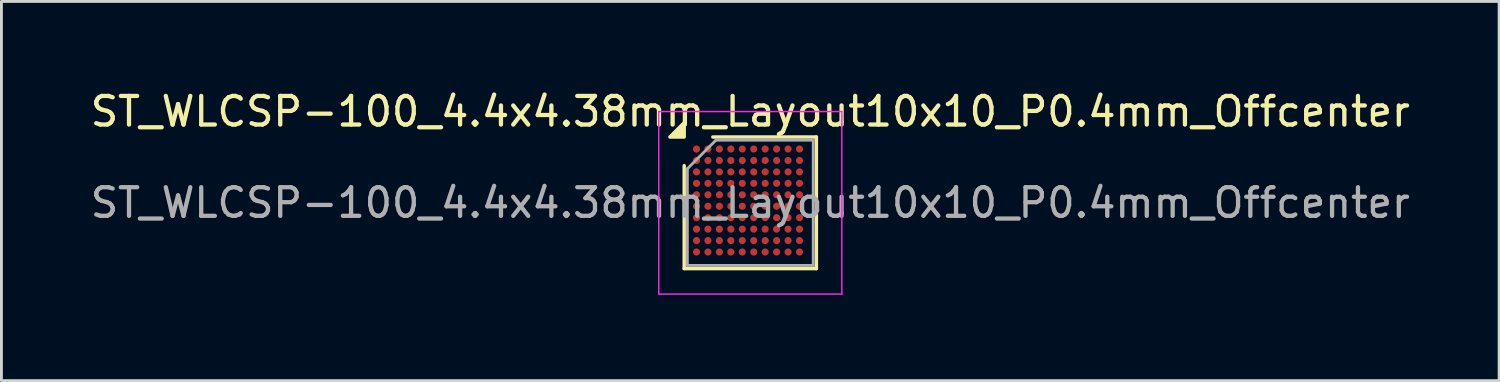
<source format=kicad_pcb>
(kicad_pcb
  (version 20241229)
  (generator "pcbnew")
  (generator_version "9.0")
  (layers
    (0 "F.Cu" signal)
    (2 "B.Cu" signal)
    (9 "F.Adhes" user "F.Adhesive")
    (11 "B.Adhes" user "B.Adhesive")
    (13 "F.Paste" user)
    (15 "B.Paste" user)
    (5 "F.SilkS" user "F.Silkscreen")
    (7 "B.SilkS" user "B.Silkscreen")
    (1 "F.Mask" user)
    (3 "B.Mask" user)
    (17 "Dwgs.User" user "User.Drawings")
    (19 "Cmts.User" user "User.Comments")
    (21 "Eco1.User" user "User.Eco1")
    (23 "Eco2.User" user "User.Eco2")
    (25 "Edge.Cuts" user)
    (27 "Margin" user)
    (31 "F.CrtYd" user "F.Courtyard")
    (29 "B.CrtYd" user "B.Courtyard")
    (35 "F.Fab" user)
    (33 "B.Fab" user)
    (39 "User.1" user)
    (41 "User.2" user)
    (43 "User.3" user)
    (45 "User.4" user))
  (footprint "ST_WLCSP-100_4.4x4.38mm_Layout10x10_P0.4mm_Offcenter"
    (layer "F.Cu")
    (at 23.173 4.038)
    (property "Reference" "ST_WLCSP-100_4.4x4.38mm_Layout10x10_P0.4mm_Offcenter" (at 0 -3.19 0) (layer "F.SilkS") (effects (font (size 1 1) (thickness 0.15))))
    (attr smd)
    (fp_line (start -2.31 2.3) (end -2.31 -1.3) (stroke (width 0.12) (type solid)) (layer "F.SilkS"))
    (fp_line (start -1.31 -2.3) (end 2.31 -2.3) (stroke (width 0.12) (type solid)) (layer "F.SilkS"))
    (fp_line (start 2.31 -2.3) (end 2.31 2.3) (stroke (width 0.12) (type solid)) (layer "F.SilkS"))
    (fp_line (start 2.31 2.3) (end -2.31 2.3) (stroke (width 0.12) (type solid)) (layer "F.SilkS"))
    (fp_poly (pts (xy -2.31 -2.3) (xy -2.81 -2.3) (xy -2.31 -2.8) (xy -2.31 -2.3)) (stroke (width 0.12) (type solid)) (fill yes) (layer "F.SilkS"))
    (fp_line (start -3.2 -3.19) (end -3.2 3.19) (stroke (width 0.05) (type solid)) (layer "F.CrtYd"))
    (fp_line (start -3.2 3.19) (end 3.2 3.19) (stroke (width 0.05) (type solid)) (layer "F.CrtYd"))
    (fp_line (start 3.2 -3.19) (end -3.2 -3.19) (stroke (width 0.05) (type solid)) (layer "F.CrtYd"))
    (fp_line (start 3.2 3.19) (end 3.2 -3.19) (stroke (width 0.05) (type solid)) (layer "F.CrtYd"))
    (fp_line (start -2.2 -1.19) (end -1.2 -2.19) (stroke (width 0.1) (type solid)) (layer "F.Fab"))
    (fp_line (start -2.2 2.19) (end -2.2 -1.19) (stroke (width 0.1) (type solid)) (layer "F.Fab"))
    (fp_line (start -1.2 -2.19) (end 2.2 -2.19) (stroke (width 0.1) (type solid)) (layer "F.Fab"))
    (fp_line (start 2.2 -2.19) (end 2.2 2.19) (stroke (width 0.1) (type solid)) (layer "F.Fab"))
    (fp_line (start 2.2 2.19) (end -2.2 2.19) (stroke (width 0.1) (type solid)) (layer "F.Fab"))
    (fp_text user "${REFERENCE}" (at 0 0 0) (layer "F.Fab") (effects (font (size 1 1) (thickness 0.15))))
    (pad "A1" smd circle (at -1.88 -1.88) (size 0.25 0.25) (property pad_prop_bga) (layers "F.Cu" "F.Mask" "F.Paste"))
    (pad "A2" smd circle (at -1.48 -1.88) (size 0.25 0.25) (property pad_prop_bga) (layers "F.Cu" "F.Mask" "F.Paste"))
    (pad "A3" smd circle (at -1.08 -1.88) (size 0.25 0.25) (property pad_prop_bga) (layers "F.Cu" "F.Mask" "F.Paste"))
    (pad "A4" smd circle (at -0.68 -1.88) (size 0.25 0.25) (property pad_prop_bga) (layers "F.Cu" "F.Mask" "F.Paste"))
    (pad "A5" smd circle (at -0.28 -1.88) (size 0.25 0.25) (property pad_prop_bga) (layers "F.Cu" "F.Mask" "F.Paste"))
    (pad "A6" smd circle (at 0.12 -1.88) (size 0.25 0.25) (property pad_prop_bga) (layers "F.Cu" "F.Mask" "F.Paste"))
    (pad "A7" smd circle (at 0.52 -1.88) (size 0.25 0.25) (property pad_prop_bga) (layers "F.Cu" "F.Mask" "F.Paste"))
    (pad "A8" smd circle (at 0.92 -1.88) (size 0.25 0.25) (property pad_prop_bga) (layers "F.Cu" "F.Mask" "F.Paste"))
    (pad "A9" smd circle (at 1.32 -1.88) (size 0.25 0.25) (property pad_prop_bga) (layers "F.Cu" "F.Mask" "F.Paste"))
    (pad "A10" smd circle (at 1.72 -1.88) (size 0.25 0.25) (property pad_prop_bga) (layers "F.Cu" "F.Mask" "F.Paste"))
    (pad "B1" smd circle (at -1.88 -1.48) (size 0.25 0.25) (property pad_prop_bga) (layers "F.Cu" "F.Mask" "F.Paste"))
    (pad "B2" smd circle (at -1.48 -1.48) (size 0.25 0.25) (property pad_prop_bga) (layers "F.Cu" "F.Mask" "F.Paste"))
    (pad "B3" smd circle (at -1.08 -1.48) (size 0.25 0.25) (property pad_prop_bga) (layers "F.Cu" "F.Mask" "F.Paste"))
    (pad "B4" smd circle (at -0.68 -1.48) (size 0.25 0.25) (property pad_prop_bga) (layers "F.Cu" "F.Mask" "F.Paste"))
    (pad "B5" smd circle (at -0.28 -1.48) (size 0.25 0.25) (property pad_prop_bga) (layers "F.Cu" "F.Mask" "F.Paste"))
    (pad "B6" smd circle (at 0.12 -1.48) (size 0.25 0.25) (property pad_prop_bga) (layers "F.Cu" "F.Mask" "F.Paste"))
    (pad "B7" smd circle (at 0.52 -1.48) (size 0.25 0.25) (property pad_prop_bga) (layers "F.Cu" "F.Mask" "F.Paste"))
    (pad "B8" smd circle (at 0.92 -1.48) (size 0.25 0.25) (property pad_prop_bga) (layers "F.Cu" "F.Mask" "F.Paste"))
    (pad "B9" smd circle (at 1.32 -1.48) (size 0.25 0.25) (property pad_prop_bga) (layers "F.Cu" "F.Mask" "F.Paste"))
    (pad "B10" smd circle (at 1.72 -1.48) (size 0.25 0.25) (property pad_prop_bga) (layers "F.Cu" "F.Mask" "F.Paste"))
    (pad "C1" smd circle (at -1.88 -1.08) (size 0.25 0.25) (property pad_prop_bga) (layers "F.Cu" "F.Mask" "F.Paste"))
    (pad "C2" smd circle (at -1.48 -1.08) (size 0.25 0.25) (property pad_prop_bga) (layers "F.Cu" "F.Mask" "F.Paste"))
    (pad "C3" smd circle (at -1.08 -1.08) (size 0.25 0.25) (property pad_prop_bga) (layers "F.Cu" "F.Mask" "F.Paste"))
    (pad "C4" smd circle (at -0.68 -1.08) (size 0.25 0.25) (property pad_prop_bga) (layers "F.Cu" "F.Mask" "F.Paste"))
    (pad "C5" smd circle (at -0.28 -1.08) (size 0.25 0.25) (property pad_prop_bga) (layers "F.Cu" "F.Mask" "F.Paste"))
    (pad "C6" smd circle (at 0.12 -1.08) (size 0.25 0.25) (property pad_prop_bga) (layers "F.Cu" "F.Mask" "F.Paste"))
    (pad "C7" smd circle (at 0.52 -1.08) (size 0.25 0.25) (property pad_prop_bga) (layers "F.Cu" "F.Mask" "F.Paste"))
    (pad "C8" smd circle (at 0.92 -1.08) (size 0.25 0.25) (property pad_prop_bga) (layers "F.Cu" "F.Mask" "F.Paste"))
    (pad "C9" smd circle (at 1.32 -1.08) (size 0.25 0.25) (property pad_prop_bga) (layers "F.Cu" "F.Mask" "F.Paste"))
    (pad "C10" smd circle (at 1.72 -1.08) (size 0.25 0.25) (property pad_prop_bga) (layers "F.Cu" "F.Mask" "F.Paste"))
    (pad "D1" smd circle (at -1.88 -0.68) (size 0.25 0.25) (property pad_prop_bga) (layers "F.Cu" "F.Mask" "F.Paste"))
    (pad "D2" smd circle (at -1.48 -0.68) (size 0.25 0.25) (property pad_prop_bga) (layers "F.Cu" "F.Mask" "F.Paste"))
    (pad "D3" smd circle (at -1.08 -0.68) (size 0.25 0.25) (property pad_prop_bga) (layers "F.Cu" "F.Mask" "F.Paste"))
    (pad "D4" smd circle (at -0.68 -0.68) (size 0.25 0.25) (property pad_prop_bga) (layers "F.Cu" "F.Mask" "F.Paste"))
    (pad "D5" smd circle (at -0.28 -0.68) (size 0.25 0.25) (property pad_prop_bga) (layers "F.Cu" "F.Mask" "F.Paste"))
    (pad "D6" smd circle (at 0.12 -0.68) (size 0.25 0.25) (property pad_prop_bga) (layers "F.Cu" "F.Mask" "F.Paste"))
    (pad "D7" smd circle (at 0.52 -0.68) (size 0.25 0.25) (property pad_prop_bga) (layers "F.Cu" "F.Mask" "F.Paste"))
    (pad "D8" smd circle (at 0.92 -0.68) (size 0.25 0.25) (property pad_prop_bga) (layers "F.Cu" "F.Mask" "F.Paste"))
    (pad "D9" smd circle (at 1.32 -0.68) (size 0.25 0.25) (property pad_prop_bga) (layers "F.Cu" "F.Mask" "F.Paste"))
    (pad "D10" smd circle (at 1.72 -0.68) (size 0.25 0.25) (property pad_prop_bga) (layers "F.Cu" "F.Mask" "F.Paste"))
    (pad "E1" smd circle (at -1.88 -0.28) (size 0.25 0.25) (property pad_prop_bga) (layers "F.Cu" "F.Mask" "F.Paste"))
    (pad "E2" smd circle (at -1.48 -0.28) (size 0.25 0.25) (property pad_prop_bga) (layers "F.Cu" "F.Mask" "F.Paste"))
    (pad "E3" smd circle (at -1.08 -0.28) (size 0.25 0.25) (property pad_prop_bga) (layers "F.Cu" "F.Mask" "F.Paste"))
    (pad "E4" smd circle (at -0.68 -0.28) (size 0.25 0.25) (property pad_prop_bga) (layers "F.Cu" "F.Mask" "F.Paste"))
    (pad "E5" smd circle (at -0.28 -0.28) (size 0.25 0.25) (property pad_prop_bga) (layers "F.Cu" "F.Mask" "F.Paste"))
    (pad "E6" smd circle (at 0.12 -0.28) (size 0.25 0.25) (property pad_prop_bga) (layers "F.Cu" "F.Mask" "F.Paste"))
    (pad "E7" smd circle (at 0.52 -0.28) (size 0.25 0.25) (property pad_prop_bga) (layers "F.Cu" "F.Mask" "F.Paste"))
    (pad "E8" smd circle (at 0.92 -0.28) (size 0.25 0.25) (property pad_prop_bga) (layers "F.Cu" "F.Mask" "F.Paste"))
    (pad "E9" smd circle (at 1.32 -0.28) (size 0.25 0.25) (property pad_prop_bga) (layers "F.Cu" "F.Mask" "F.Paste"))
    (pad "E10" smd circle (at 1.72 -0.28) (size 0.25 0.25) (property pad_prop_bga) (layers "F.Cu" "F.Mask" "F.Paste"))
    (pad "F1" smd circle (at -1.88 0.12) (size 0.25 0.25) (property pad_prop_bga) (layers "F.Cu" "F.Mask" "F.Paste"))
    (pad "F2" smd circle (at -1.48 0.12) (size 0.25 0.25) (property pad_prop_bga) (layers "F.Cu" "F.Mask" "F.Paste"))
    (pad "F3" smd circle (at -1.08 0.12) (size 0.25 0.25) (property pad_prop_bga) (layers "F.Cu" "F.Mask" "F.Paste"))
    (pad "F4" smd circle (at -0.68 0.12) (size 0.25 0.25) (property pad_prop_bga) (layers "F.Cu" "F.Mask" "F.Paste"))
    (pad "F5" smd circle (at -0.28 0.12) (size 0.25 0.25) (property pad_prop_bga) (layers "F.Cu" "F.Mask" "F.Paste"))
    (pad "F6" smd circle (at 0.12 0.12) (size 0.25 0.25) (property pad_prop_bga) (layers "F.Cu" "F.Mask" "F.Paste"))
    (pad "F7" smd circle (at 0.52 0.12) (size 0.25 0.25) (property pad_prop_bga) (layers "F.Cu" "F.Mask" "F.Paste"))
    (pad "F8" smd circle (at 0.92 0.12) (size 0.25 0.25) (property pad_prop_bga) (layers "F.Cu" "F.Mask" "F.Paste"))
    (pad "F9" smd circle (at 1.32 0.12) (size 0.25 0.25) (property pad_prop_bga) (layers "F.Cu" "F.Mask" "F.Paste"))
    (pad "F10" smd circle (at 1.72 0.12) (size 0.25 0.25) (property pad_prop_bga) (layers "F.Cu" "F.Mask" "F.Paste"))
    (pad "G1" smd circle (at -1.88 0.52) (size 0.25 0.25) (property pad_prop_bga) (layers "F.Cu" "F.Mask" "F.Paste"))
    (pad "G2" smd circle (at -1.48 0.52) (size 0.25 0.25) (property pad_prop_bga) (layers "F.Cu" "F.Mask" "F.Paste"))
    (pad "G3" smd circle (at -1.08 0.52) (size 0.25 0.25) (property pad_prop_bga) (layers "F.Cu" "F.Mask" "F.Paste"))
    (pad "G4" smd circle (at -0.68 0.52) (size 0.25 0.25) (property pad_prop_bga) (layers "F.Cu" "F.Mask" "F.Paste"))
    (pad "G5" smd circle (at -0.28 0.52) (size 0.25 0.25) (property pad_prop_bga) (layers "F.Cu" "F.Mask" "F.Paste"))
    (pad "G6" smd circle (at 0.12 0.52) (size 0.25 0.25) (property pad_prop_bga) (layers "F.Cu" "F.Mask" "F.Paste"))
    (pad "G7" smd circle (at 0.52 0.52) (size 0.25 0.25) (property pad_prop_bga) (layers "F.Cu" "F.Mask" "F.Paste"))
    (pad "G8" smd circle (at 0.92 0.52) (size 0.25 0.25) (property pad_prop_bga) (layers "F.Cu" "F.Mask" "F.Paste"))
    (pad "G9" smd circle (at 1.32 0.52) (size 0.25 0.25) (property pad_prop_bga) (layers "F.Cu" "F.Mask" "F.Paste"))
    (pad "G10" smd circle (at 1.72 0.52) (size 0.25 0.25) (property pad_prop_bga) (layers "F.Cu" "F.Mask" "F.Paste"))
    (pad "H1" smd circle (at -1.88 0.92) (size 0.25 0.25) (property pad_prop_bga) (layers "F.Cu" "F.Mask" "F.Paste"))
    (pad "H2" smd circle (at -1.48 0.92) (size 0.25 0.25) (property pad_prop_bga) (layers "F.Cu" "F.Mask" "F.Paste"))
    (pad "H3" smd circle (at -1.08 0.92) (size 0.25 0.25) (property pad_prop_bga) (layers "F.Cu" "F.Mask" "F.Paste"))
    (pad "H4" smd circle (at -0.68 0.92) (size 0.25 0.25) (property pad_prop_bga) (layers "F.Cu" "F.Mask" "F.Paste"))
    (pad "H5" smd circle (at -0.28 0.92) (size 0.25 0.25) (property pad_prop_bga) (layers "F.Cu" "F.Mask" "F.Paste"))
    (pad "H6" smd circle (at 0.12 0.92) (size 0.25 0.25) (property pad_prop_bga) (layers "F.Cu" "F.Mask" "F.Paste"))
    (pad "H7" smd circle (at 0.52 0.92) (size 0.25 0.25) (property pad_prop_bga) (layers "F.Cu" "F.Mask" "F.Paste"))
    (pad "H8" smd circle (at 0.92 0.92) (size 0.25 0.25) (property pad_prop_bga) (layers "F.Cu" "F.Mask" "F.Paste"))
    (pad "H9" smd circle (at 1.32 0.92) (size 0.25 0.25) (property pad_prop_bga) (layers "F.Cu" "F.Mask" "F.Paste"))
    (pad "H10" smd circle (at 1.72 0.92) (size 0.25 0.25) (property pad_prop_bga) (layers "F.Cu" "F.Mask" "F.Paste"))
    (pad "J1" smd circle (at -1.88 1.32) (size 0.25 0.25) (property pad_prop_bga) (layers "F.Cu" "F.Mask" "F.Paste"))
    (pad "J2" smd circle (at -1.48 1.32) (size 0.25 0.25) (property pad_prop_bga) (layers "F.Cu" "F.Mask" "F.Paste"))
    (pad "J3" smd circle (at -1.08 1.32) (size 0.25 0.25) (property pad_prop_bga) (layers "F.Cu" "F.Mask" "F.Paste"))
    (pad "J4" smd circle (at -0.68 1.32) (size 0.25 0.25) (property pad_prop_bga) (layers "F.Cu" "F.Mask" "F.Paste"))
    (pad "J5" smd circle (at -0.28 1.32) (size 0.25 0.25) (property pad_prop_bga) (layers "F.Cu" "F.Mask" "F.Paste"))
    (pad "J6" smd circle (at 0.12 1.32) (size 0.25 0.25) (property pad_prop_bga) (layers "F.Cu" "F.Mask" "F.Paste"))
    (pad "J7" smd circle (at 0.52 1.32) (size 0.25 0.25) (property pad_prop_bga) (layers "F.Cu" "F.Mask" "F.Paste"))
    (pad "J8" smd circle (at 0.92 1.32) (size 0.25 0.25) (property pad_prop_bga) (layers "F.Cu" "F.Mask" "F.Paste"))
    (pad "J9" smd circle (at 1.32 1.32) (size 0.25 0.25) (property pad_prop_bga) (layers "F.Cu" "F.Mask" "F.Paste"))
    (pad "J10" smd circle (at 1.72 1.32) (size 0.25 0.25) (property pad_prop_bga) (layers "F.Cu" "F.Mask" "F.Paste"))
    (pad "K1" smd circle (at -1.88 1.72) (size 0.25 0.25) (property pad_prop_bga) (layers "F.Cu" "F.Mask" "F.Paste"))
    (pad "K2" smd circle (at -1.48 1.72) (size 0.25 0.25) (property pad_prop_bga) (layers "F.Cu" "F.Mask" "F.Paste"))
    (pad "K3" smd circle (at -1.08 1.72) (size 0.25 0.25) (property pad_prop_bga) (layers "F.Cu" "F.Mask" "F.Paste"))
    (pad "K4" smd circle (at -0.68 1.72) (size 0.25 0.25) (property pad_prop_bga) (layers "F.Cu" "F.Mask" "F.Paste"))
    (pad "K5" smd circle (at -0.28 1.72) (size 0.25 0.25) (property pad_prop_bga) (layers "F.Cu" "F.Mask" "F.Paste"))
    (pad "K6" smd circle (at 0.12 1.72) (size 0.25 0.25) (property pad_prop_bga) (layers "F.Cu" "F.Mask" "F.Paste"))
    (pad "K7" smd circle (at 0.52 1.72) (size 0.25 0.25) (property pad_prop_bga) (layers "F.Cu" "F.Mask" "F.Paste"))
    (pad "K8" smd circle (at 0.92 1.72) (size 0.25 0.25) (property pad_prop_bga) (layers "F.Cu" "F.Mask" "F.Paste"))
    (pad "K9" smd circle (at 1.32 1.72) (size 0.25 0.25) (property pad_prop_bga) (layers "F.Cu" "F.Mask" "F.Paste"))
    (pad "K10" smd circle (at 1.72 1.72) (size 0.25 0.25) (property pad_prop_bga) (layers "F.Cu" "F.Mask" "F.Paste")))
  (gr_rect
    (start -3 -3)
    (end 49.345 10.253)
    (stroke (width 0.1) (type default))
    (fill no)
    (layer "Edge.Cuts")))
</source>
